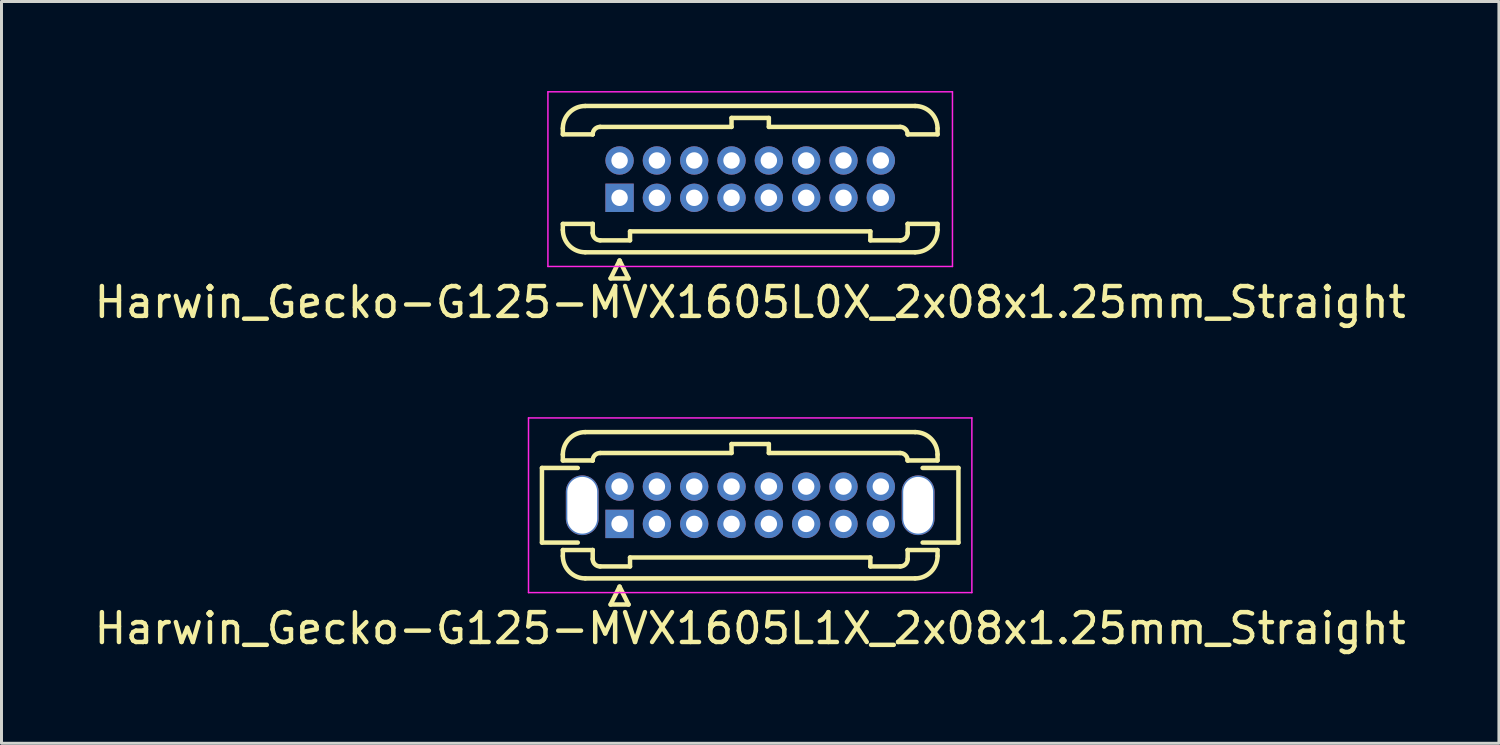
<source format=kicad_pcb>
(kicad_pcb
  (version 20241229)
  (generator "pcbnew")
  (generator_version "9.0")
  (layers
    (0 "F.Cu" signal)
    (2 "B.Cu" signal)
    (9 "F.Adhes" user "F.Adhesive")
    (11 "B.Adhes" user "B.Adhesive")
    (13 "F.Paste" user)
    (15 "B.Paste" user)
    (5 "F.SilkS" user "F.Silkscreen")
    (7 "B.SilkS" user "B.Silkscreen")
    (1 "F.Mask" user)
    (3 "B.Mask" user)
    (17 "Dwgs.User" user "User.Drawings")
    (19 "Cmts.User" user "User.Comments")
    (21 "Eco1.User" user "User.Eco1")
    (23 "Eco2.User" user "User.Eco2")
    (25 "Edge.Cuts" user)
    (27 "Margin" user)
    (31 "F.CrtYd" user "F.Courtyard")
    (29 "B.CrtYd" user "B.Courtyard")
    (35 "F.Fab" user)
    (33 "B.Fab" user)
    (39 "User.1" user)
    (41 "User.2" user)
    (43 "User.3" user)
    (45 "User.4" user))
  (footprint "Harwin_Gecko-G125-MVX1605L0X_2x08x1.25mm_Straight"
    (layer "F.Cu")
    (at 17.702 3.575)
    (property "Reference" "Harwin_Gecko-G125-MVX1605L0X_2x08x1.25mm_Straight" (at 4.375 3.5 0) (layer "F.SilkS") (effects (font (size 1 1) (thickness 0.15))))
    (attr through_hole)
    (fp_line (start -1.9 -2.325) (end -1.9 -2.125) (stroke (width 0.15) (type solid)) (layer "F.SilkS"))
    (fp_line (start -1.9 -2.125) (end -0.9 -2.125) (stroke (width 0.15) (type solid)) (layer "F.SilkS"))
    (fp_line (start -1.9 0.875) (end -0.9 0.875) (stroke (width 0.15) (type solid)) (layer "F.SilkS"))
    (fp_line (start -1.9 1.075) (end -1.9 0.875) (stroke (width 0.15) (type solid)) (layer "F.SilkS"))
    (fp_line (start -1.15 -3.075) (end 9.9 -3.075) (stroke (width 0.15) (type solid)) (layer "F.SilkS"))
    (fp_line (start -1.15 1.825) (end 9.9 1.825) (stroke (width 0.15) (type solid)) (layer "F.SilkS"))
    (fp_line (start -0.9 -2.125) (end -0.9 -2.125) (stroke (width 0.15) (type solid)) (layer "F.SilkS"))
    (fp_line (start -0.9 0.875) (end -0.9 0.875) (stroke (width 0.15) (type solid)) (layer "F.SilkS"))
    (fp_line (start -0.9 1.175) (end -0.9 0.875) (stroke (width 0.15) (type solid)) (layer "F.SilkS"))
    (fp_line (start -0.65 -2.375) (end 3.75 -2.375) (stroke (width 0.15) (type solid)) (layer "F.SilkS"))
    (fp_line (start -0.65 1.425) (end 0.35 1.425) (stroke (width 0.15) (type solid)) (layer "F.SilkS"))
    (fp_line (start -0.3 2.7) (end 0.3 2.7) (stroke (width 0.15) (type solid)) (layer "F.SilkS"))
    (fp_line (start 0 2.1) (end -0.3 2.7) (stroke (width 0.15) (type solid)) (layer "F.SilkS"))
    (fp_line (start 0.3 2.7) (end 0 2.1) (stroke (width 0.15) (type solid)) (layer "F.SilkS"))
    (fp_line (start 0.35 1.125) (end 8.4 1.125) (stroke (width 0.15) (type solid)) (layer "F.SilkS"))
    (fp_line (start 0.35 1.425) (end 0.35 1.125) (stroke (width 0.15) (type solid)) (layer "F.SilkS"))
    (fp_line (start 3.75 -2.675) (end 5 -2.675) (stroke (width 0.15) (type solid)) (layer "F.SilkS"))
    (fp_line (start 3.75 -2.375) (end 3.75 -2.675) (stroke (width 0.15) (type solid)) (layer "F.SilkS"))
    (fp_line (start 5 -2.675) (end 5 -2.375) (stroke (width 0.15) (type solid)) (layer "F.SilkS"))
    (fp_line (start 5 -2.375) (end 9.4 -2.375) (stroke (width 0.15) (type solid)) (layer "F.SilkS"))
    (fp_line (start 8.4 1.125) (end 8.4 1.425) (stroke (width 0.15) (type solid)) (layer "F.SilkS"))
    (fp_line (start 8.4 1.425) (end 9.4 1.425) (stroke (width 0.15) (type solid)) (layer "F.SilkS"))
    (fp_line (start 9.65 -2.125) (end 9.65 -2.125) (stroke (width 0.15) (type solid)) (layer "F.SilkS"))
    (fp_line (start 9.65 0.875) (end 9.65 0.875) (stroke (width 0.15) (type solid)) (layer "F.SilkS"))
    (fp_line (start 9.65 1.175) (end 9.65 0.875) (stroke (width 0.15) (type solid)) (layer "F.SilkS"))
    (fp_line (start 10.65 -2.325) (end 10.65 -2.125) (stroke (width 0.15) (type solid)) (layer "F.SilkS"))
    (fp_line (start 10.65 -2.125) (end 9.65 -2.125) (stroke (width 0.15) (type solid)) (layer "F.SilkS"))
    (fp_line (start 10.65 0.875) (end 9.65 0.875) (stroke (width 0.15) (type solid)) (layer "F.SilkS"))
    (fp_line (start 10.65 1.075) (end 10.65 0.875) (stroke (width 0.15) (type solid)) (layer "F.SilkS"))
    (fp_arc (start -1.9 -2.325) (mid -1.68033 -2.85533) (end -1.15 -3.075) (stroke (width 0.15) (type solid)) (layer "F.SilkS"))
    (fp_arc (start -1.15 1.825) (mid -1.68033 1.60533) (end -1.9 1.075) (stroke (width 0.15) (type solid)) (layer "F.SilkS"))
    (fp_arc (start -0.9 -2.125) (mid -0.826777 -2.301777) (end -0.65 -2.375) (stroke (width 0.15) (type solid)) (layer "F.SilkS"))
    (fp_arc (start -0.65 1.425) (mid -0.826777 1.351777) (end -0.9 1.175) (stroke (width 0.15) (type solid)) (layer "F.SilkS"))
    (fp_arc (start 9.4 -2.375) (mid 9.576777 -2.301777) (end 9.65 -2.125) (stroke (width 0.15) (type solid)) (layer "F.SilkS"))
    (fp_arc (start 9.65 1.175) (mid 9.576777 1.351777) (end 9.4 1.425) (stroke (width 0.15) (type solid)) (layer "F.SilkS"))
    (fp_arc (start 9.9 -3.075) (mid 10.43033 -2.85533) (end 10.65 -2.325) (stroke (width 0.15) (type solid)) (layer "F.SilkS"))
    (fp_arc (start 10.65 1.075) (mid 10.43033 1.60533) (end 9.9 1.825) (stroke (width 0.15) (type solid)) (layer "F.SilkS"))
    (fp_line (start -2.4 -3.55) (end -2.4 2.3) (stroke (width 0.05) (type solid)) (layer "F.CrtYd"))
    (fp_line (start -2.4 2.3) (end 11.15 2.3) (stroke (width 0.05) (type solid)) (layer "F.CrtYd"))
    (fp_line (start 11.15 -3.55) (end -2.4 -3.55) (stroke (width 0.05) (type solid)) (layer "F.CrtYd"))
    (fp_line (start 11.15 2.3) (end 11.15 -3.55) (stroke (width 0.05) (type solid)) (layer "F.CrtYd"))
    (pad "1" thru_hole rect (at 0 0) (size 0.95 0.95) (drill 0.55) (layers "*.Cu" "*.Mask"))
    (pad "2" thru_hole circle (at 0 -1.25) (size 0.95 0.95) (drill 0.55) (layers "*.Cu" "*.Mask"))
    (pad "3" thru_hole circle (at 1.25 0) (size 0.95 0.95) (drill 0.55) (layers "*.Cu" "*.Mask"))
    (pad "4" thru_hole circle (at 1.25 -1.25) (size 0.95 0.95) (drill 0.55) (layers "*.Cu" "*.Mask"))
    (pad "5" thru_hole circle (at 2.5 0) (size 0.95 0.95) (drill 0.55) (layers "*.Cu" "*.Mask"))
    (pad "6" thru_hole circle (at 2.5 -1.25) (size 0.95 0.95) (drill 0.55) (layers "*.Cu" "*.Mask"))
    (pad "7" thru_hole circle (at 3.75 0) (size 0.95 0.95) (drill 0.55) (layers "*.Cu" "*.Mask"))
    (pad "8" thru_hole circle (at 3.75 -1.25) (size 0.95 0.95) (drill 0.55) (layers "*.Cu" "*.Mask"))
    (pad "9" thru_hole circle (at 5 0) (size 0.95 0.95) (drill 0.55) (layers "*.Cu" "*.Mask"))
    (pad "10" thru_hole circle (at 5 -1.25) (size 0.95 0.95) (drill 0.55) (layers "*.Cu" "*.Mask"))
    (pad "11" thru_hole circle (at 6.25 0) (size 0.95 0.95) (drill 0.55) (layers "*.Cu" "*.Mask"))
    (pad "12" thru_hole circle (at 6.25 -1.25) (size 0.95 0.95) (drill 0.55) (layers "*.Cu" "*.Mask"))
    (pad "13" thru_hole circle (at 7.5 0) (size 0.95 0.95) (drill 0.55) (layers "*.Cu" "*.Mask"))
    (pad "14" thru_hole circle (at 7.5 -1.25) (size 0.95 0.95) (drill 0.55) (layers "*.Cu" "*.Mask"))
    (pad "15" thru_hole circle (at 8.75 0) (size 0.95 0.95) (drill 0.55) (layers "*.Cu" "*.Mask"))
    (pad "16" thru_hole circle (at 8.75 -1.25) (size 0.95 0.95) (drill 0.55) (layers "*.Cu" "*.Mask")))
  (footprint "Harwin_Gecko-G125-MVX1605L1X_2x08x1.25mm_Straight"
    (layer "F.Cu")
    (at 17.702 14.498)
    (property "Reference" "Harwin_Gecko-G125-MVX1605L1X_2x08x1.25mm_Straight" (at 4.375 3.5 0) (layer "F.SilkS") (effects (font (size 1 1) (thickness 0.15))))
    (attr through_hole)
    (fp_line (start -2.6 -1.875) (end -2.6 0.625) (stroke (width 0.15) (type solid)) (layer "F.SilkS"))
    (fp_line (start -2.6 0.625) (end -1.4 0.625) (stroke (width 0.15) (type solid)) (layer "F.SilkS"))
    (fp_line (start -1.9 -2.325) (end -1.9 -2.125) (stroke (width 0.15) (type solid)) (layer "F.SilkS"))
    (fp_line (start -1.9 -2.125) (end -0.9 -2.125) (stroke (width 0.15) (type solid)) (layer "F.SilkS"))
    (fp_line (start -1.9 0.875) (end -0.9 0.875) (stroke (width 0.15) (type solid)) (layer "F.SilkS"))
    (fp_line (start -1.9 1.075) (end -1.9 0.875) (stroke (width 0.15) (type solid)) (layer "F.SilkS"))
    (fp_line (start -1.4 -1.875) (end -2.6 -1.875) (stroke (width 0.15) (type solid)) (layer "F.SilkS"))
    (fp_line (start -1.15 -3.075) (end 9.9 -3.075) (stroke (width 0.15) (type solid)) (layer "F.SilkS"))
    (fp_line (start -1.15 1.825) (end 9.9 1.825) (stroke (width 0.15) (type solid)) (layer "F.SilkS"))
    (fp_line (start -0.9 -2.125) (end -0.9 -2.125) (stroke (width 0.15) (type solid)) (layer "F.SilkS"))
    (fp_line (start -0.9 0.875) (end -0.9 0.875) (stroke (width 0.15) (type solid)) (layer "F.SilkS"))
    (fp_line (start -0.9 1.175) (end -0.9 0.875) (stroke (width 0.15) (type solid)) (layer "F.SilkS"))
    (fp_line (start -0.65 -2.375) (end 3.75 -2.375) (stroke (width 0.15) (type solid)) (layer "F.SilkS"))
    (fp_line (start -0.65 1.425) (end 0.35 1.425) (stroke (width 0.15) (type solid)) (layer "F.SilkS"))
    (fp_line (start -0.3 2.7) (end 0.3 2.7) (stroke (width 0.15) (type solid)) (layer "F.SilkS"))
    (fp_line (start 0 2.1) (end -0.3 2.7) (stroke (width 0.15) (type solid)) (layer "F.SilkS"))
    (fp_line (start 0.3 2.7) (end 0 2.1) (stroke (width 0.15) (type solid)) (layer "F.SilkS"))
    (fp_line (start 0.35 1.125) (end 8.4 1.125) (stroke (width 0.15) (type solid)) (layer "F.SilkS"))
    (fp_line (start 0.35 1.425) (end 0.35 1.125) (stroke (width 0.15) (type solid)) (layer "F.SilkS"))
    (fp_line (start 3.75 -2.675) (end 5 -2.675) (stroke (width 0.15) (type solid)) (layer "F.SilkS"))
    (fp_line (start 3.75 -2.375) (end 3.75 -2.675) (stroke (width 0.15) (type solid)) (layer "F.SilkS"))
    (fp_line (start 5 -2.675) (end 5 -2.375) (stroke (width 0.15) (type solid)) (layer "F.SilkS"))
    (fp_line (start 5 -2.375) (end 9.4 -2.375) (stroke (width 0.15) (type solid)) (layer "F.SilkS"))
    (fp_line (start 8.4 1.125) (end 8.4 1.425) (stroke (width 0.15) (type solid)) (layer "F.SilkS"))
    (fp_line (start 8.4 1.425) (end 9.4 1.425) (stroke (width 0.15) (type solid)) (layer "F.SilkS"))
    (fp_line (start 9.65 -2.125) (end 9.65 -2.125) (stroke (width 0.15) (type solid)) (layer "F.SilkS"))
    (fp_line (start 9.65 0.875) (end 9.65 0.875) (stroke (width 0.15) (type solid)) (layer "F.SilkS"))
    (fp_line (start 9.65 1.175) (end 9.65 0.875) (stroke (width 0.15) (type solid)) (layer "F.SilkS"))
    (fp_line (start 10.15 -1.875) (end 11.35 -1.875) (stroke (width 0.15) (type solid)) (layer "F.SilkS"))
    (fp_line (start 10.65 -2.325) (end 10.65 -2.125) (stroke (width 0.15) (type solid)) (layer "F.SilkS"))
    (fp_line (start 10.65 -2.125) (end 9.65 -2.125) (stroke (width 0.15) (type solid)) (layer "F.SilkS"))
    (fp_line (start 10.65 0.875) (end 9.65 0.875) (stroke (width 0.15) (type solid)) (layer "F.SilkS"))
    (fp_line (start 10.65 1.075) (end 10.65 0.875) (stroke (width 0.15) (type solid)) (layer "F.SilkS"))
    (fp_line (start 11.35 -1.875) (end 11.35 0.625) (stroke (width 0.15) (type solid)) (layer "F.SilkS"))
    (fp_line (start 11.35 0.625) (end 10.15 0.625) (stroke (width 0.15) (type solid)) (layer "F.SilkS"))
    (fp_arc (start -1.9 -2.325) (mid -1.68033 -2.85533) (end -1.15 -3.075) (stroke (width 0.15) (type solid)) (layer "F.SilkS"))
    (fp_arc (start -1.15 1.825) (mid -1.68033 1.60533) (end -1.9 1.075) (stroke (width 0.15) (type solid)) (layer "F.SilkS"))
    (fp_arc (start -0.9 -2.125) (mid -0.826777 -2.301777) (end -0.65 -2.375) (stroke (width 0.15) (type solid)) (layer "F.SilkS"))
    (fp_arc (start -0.65 1.425) (mid -0.826777 1.351777) (end -0.9 1.175) (stroke (width 0.15) (type solid)) (layer "F.SilkS"))
    (fp_arc (start 9.4 -2.375) (mid 9.576777 -2.301777) (end 9.65 -2.125) (stroke (width 0.15) (type solid)) (layer "F.SilkS"))
    (fp_arc (start 9.65 1.175) (mid 9.576777 1.351777) (end 9.4 1.425) (stroke (width 0.15) (type solid)) (layer "F.SilkS"))
    (fp_arc (start 9.9 -3.075) (mid 10.43033 -2.85533) (end 10.65 -2.325) (stroke (width 0.15) (type solid)) (layer "F.SilkS"))
    (fp_arc (start 10.65 1.075) (mid 10.43033 1.60533) (end 9.9 1.825) (stroke (width 0.15) (type solid)) (layer "F.SilkS"))
    (fp_line (start -3.05 -3.55) (end -3.05 2.3) (stroke (width 0.05) (type solid)) (layer "F.CrtYd"))
    (fp_line (start -3.05 2.3) (end 11.8 2.3) (stroke (width 0.05) (type solid)) (layer "F.CrtYd"))
    (fp_line (start 11.8 -3.55) (end -3.05 -3.55) (stroke (width 0.05) (type solid)) (layer "F.CrtYd"))
    (fp_line (start 11.8 2.3) (end 11.8 -3.55) (stroke (width 0.05) (type solid)) (layer "F.CrtYd"))
    (pad "" np_thru_hole oval (at -1.25 -0.625) (size 1.1 2) (drill oval 1 1.9) (layers "*.Cu" "*.Mask"))
    (pad "" np_thru_hole oval (at 10 -0.625) (size 1.1 2) (drill oval 1 1.9) (layers "*.Cu" "*.Mask"))
    (pad "1" thru_hole rect (at 0 0) (size 0.95 0.95) (drill 0.55) (layers "*.Cu" "*.Mask"))
    (pad "2" thru_hole circle (at 0 -1.25) (size 0.95 0.95) (drill 0.55) (layers "*.Cu" "*.Mask"))
    (pad "3" thru_hole circle (at 1.25 0) (size 0.95 0.95) (drill 0.55) (layers "*.Cu" "*.Mask"))
    (pad "4" thru_hole circle (at 1.25 -1.25) (size 0.95 0.95) (drill 0.55) (layers "*.Cu" "*.Mask"))
    (pad "5" thru_hole circle (at 2.5 0) (size 0.95 0.95) (drill 0.55) (layers "*.Cu" "*.Mask"))
    (pad "6" thru_hole circle (at 2.5 -1.25) (size 0.95 0.95) (drill 0.55) (layers "*.Cu" "*.Mask"))
    (pad "7" thru_hole circle (at 3.75 0) (size 0.95 0.95) (drill 0.55) (layers "*.Cu" "*.Mask"))
    (pad "8" thru_hole circle (at 3.75 -1.25) (size 0.95 0.95) (drill 0.55) (layers "*.Cu" "*.Mask"))
    (pad "9" thru_hole circle (at 5 0) (size 0.95 0.95) (drill 0.55) (layers "*.Cu" "*.Mask"))
    (pad "10" thru_hole circle (at 5 -1.25) (size 0.95 0.95) (drill 0.55) (layers "*.Cu" "*.Mask"))
    (pad "11" thru_hole circle (at 6.25 0) (size 0.95 0.95) (drill 0.55) (layers "*.Cu" "*.Mask"))
    (pad "12" thru_hole circle (at 6.25 -1.25) (size 0.95 0.95) (drill 0.55) (layers "*.Cu" "*.Mask"))
    (pad "13" thru_hole circle (at 7.5 0) (size 0.95 0.95) (drill 0.55) (layers "*.Cu" "*.Mask"))
    (pad "14" thru_hole circle (at 7.5 -1.25) (size 0.95 0.95) (drill 0.55) (layers "*.Cu" "*.Mask"))
    (pad "15" thru_hole circle (at 8.75 0) (size 0.95 0.95) (drill 0.55) (layers "*.Cu" "*.Mask"))
    (pad "16" thru_hole circle (at 8.75 -1.25) (size 0.95 0.95) (drill 0.55) (layers "*.Cu" "*.Mask")))
  (gr_rect
    (start -3 -3)
    (end 47.155 21.846)
    (stroke (width 0.1) (type default))
    (fill no)
    (layer "Edge.Cuts")))
</source>
